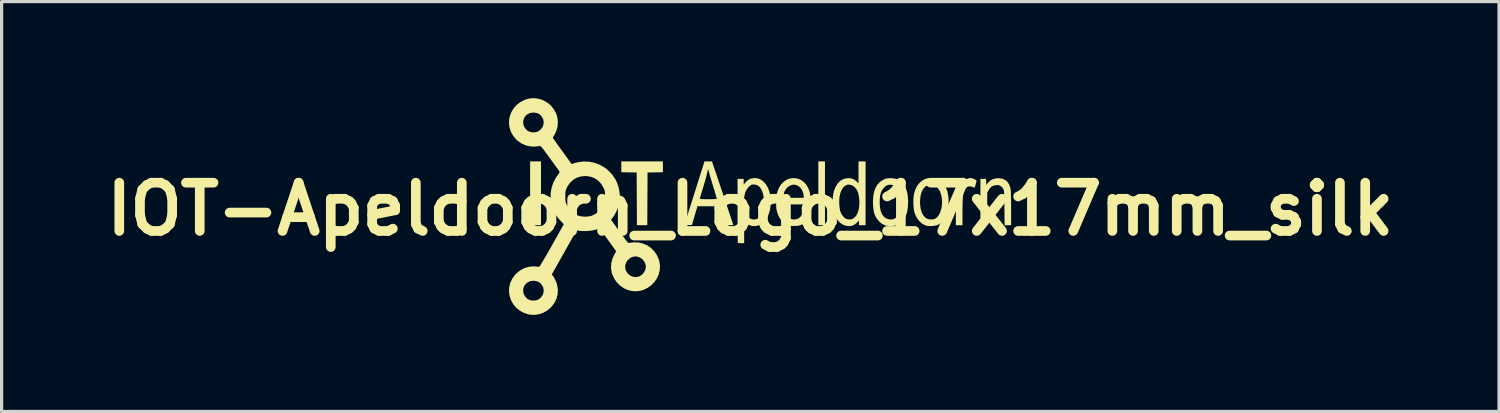
<source format=kicad_pcb>
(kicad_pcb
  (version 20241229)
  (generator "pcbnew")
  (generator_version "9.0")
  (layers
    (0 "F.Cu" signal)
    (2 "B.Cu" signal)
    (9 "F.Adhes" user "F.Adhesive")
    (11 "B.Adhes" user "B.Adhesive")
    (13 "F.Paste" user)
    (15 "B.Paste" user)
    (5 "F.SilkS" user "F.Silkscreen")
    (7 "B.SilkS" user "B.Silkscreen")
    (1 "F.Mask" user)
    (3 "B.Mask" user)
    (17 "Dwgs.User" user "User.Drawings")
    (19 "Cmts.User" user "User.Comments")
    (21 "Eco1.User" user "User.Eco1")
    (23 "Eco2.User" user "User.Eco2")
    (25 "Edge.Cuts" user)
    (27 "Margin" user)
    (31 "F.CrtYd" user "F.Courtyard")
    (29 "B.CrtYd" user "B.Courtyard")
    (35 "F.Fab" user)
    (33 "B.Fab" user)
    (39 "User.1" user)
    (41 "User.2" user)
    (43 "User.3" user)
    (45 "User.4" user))
  (footprint "IOT-Apeldoorn_Logo_17x17mm_silk"
    (layer "F.Cu")
    (at 20.264 3.448)
    (property "Reference" "IOT-Apeldoorn_Logo_17x17mm_silk" (at 0 0 0) (layer "F.SilkS") (effects (font (size 1.5 1.5) (thickness 0.3))))
    (attr board_only exclude_from_pos_files exclude_from_bom)
    (fp_poly (pts (xy -6.504 -0.492) (xy -6.504 0.499) (xy -6.673 0.499) (xy -6.842 0.499) (xy -6.842 -0.492) (xy -6.842 -1.483) (xy -6.673 -1.483) (xy -6.504 -1.483)) (stroke (width 0) (type solid)) (fill yes) (layer "F.SilkS"))
    (fp_poly (pts (xy 2.32 -0.492) (xy 2.32 0.499) (xy 2.217 0.499) (xy 2.114 0.499) (xy 2.114 -0.492) (xy 2.114 -1.483) (xy 2.217 -1.483) (xy 2.32 -1.483)) (stroke (width 0) (type solid)) (fill yes) (layer "F.SilkS"))
    (fp_poly (pts (xy -2.716 -1.314) (xy -2.716 -1.146) (xy -2.955 -1.142) (xy -3.193 -1.138) (xy -3.197 -0.319) (xy -3.201 0.499) (xy -3.362 0.499) (xy -3.523 0.499) (xy -3.527 -0.319) (xy -3.531 -1.138) (xy -3.77 -1.142) (xy -4.008 -1.146) (xy -4.008 -1.314) (xy -4.008 -1.483) (xy -3.362 -1.483) (xy -2.716 -1.483)) (stroke (width 0) (type solid)) (fill yes) (layer "F.SilkS"))
    (fp_poly (pts (xy 6.926 -0.946) (xy 6.957 -0.932) (xy 6.993 -0.916) (xy 7.015 -0.902) (xy 7.026 -0.885) (xy 7.026 -0.858) (xy 7.016 -0.816) (xy 6.998 -0.753) (xy 6.994 -0.738) (xy 6.979 -0.69) (xy 6.966 -0.668) (xy 6.951 -0.666) (xy 6.927 -0.68) (xy 6.923 -0.683) (xy 6.891 -0.697) (xy 6.843 -0.704) (xy 6.823 -0.705) (xy 6.774 -0.702) (xy 6.739 -0.688) (xy 6.704 -0.658) (xy 6.702 -0.656) (xy 6.675 -0.623) (xy 6.652 -0.582) (xy 6.633 -0.53) (xy 6.619 -0.465) (xy 6.608 -0.384) (xy 6.6 -0.283) (xy 6.596 -0.161) (xy 6.593 -0.014) (xy 6.593 0.106) (xy 6.592 0.499) (xy 6.489 0.499) (xy 6.386 0.499) (xy 6.39 -0.217) (xy 6.394 -0.932) (xy 6.486 -0.937) (xy 6.578 -0.941) (xy 6.578 -0.834) (xy 6.578 -0.727) (xy 6.609 -0.786) (xy 6.648 -0.854) (xy 6.683 -0.9) (xy 6.719 -0.931) (xy 6.745 -0.945) (xy 6.803 -0.965) (xy 6.86 -0.965)) (stroke (width 0) (type solid)) (fill yes) (layer "F.SilkS"))
    (fp_poly (pts (xy 7.818 -0.948) (xy 7.911 -0.912) (xy 7.985 -0.853) (xy 8.041 -0.771) (xy 8.079 -0.666) (xy 8.089 -0.615) (xy 8.093 -0.578) (xy 8.096 -0.516) (xy 8.099 -0.432) (xy 8.101 -0.333) (xy 8.103 -0.22) (xy 8.104 -0.099) (xy 8.104 -0.011) (xy 8.105 0.499) (xy 8.003 0.499) (xy 7.901 0.499) (xy 7.896 -0.033) (xy 7.895 -0.173) (xy 7.894 -0.286) (xy 7.892 -0.376) (xy 7.89 -0.447) (xy 7.888 -0.5) (xy 7.884 -0.54) (xy 7.88 -0.57) (xy 7.875 -0.592) (xy 7.868 -0.609) (xy 7.861 -0.624) (xy 7.829 -0.67) (xy 7.789 -0.71) (xy 7.78 -0.717) (xy 7.746 -0.737) (xy 7.711 -0.746) (xy 7.663 -0.747) (xy 7.639 -0.746) (xy 7.553 -0.729) (xy 7.484 -0.69) (xy 7.427 -0.626) (xy 7.4 -0.579) (xy 7.363 -0.507) (xy 7.359 -0.004) (xy 7.354 0.499) (xy 7.252 0.499) (xy 7.15 0.499) (xy 7.15 -0.22) (xy 7.15 -0.94) (xy 7.238 -0.94) (xy 7.325 -0.94) (xy 7.329 -0.843) (xy 7.334 -0.746) (xy 7.38 -0.812) (xy 7.447 -0.882) (xy 7.532 -0.93) (xy 7.634 -0.956) (xy 7.708 -0.961)) (stroke (width 0) (type solid)) (fill yes) (layer "F.SilkS"))
    (fp_poly (pts (xy 3.582 -0.492) (xy 3.582 0.499) (xy 3.48 0.499) (xy 3.377 0.499) (xy 3.377 0.426) (xy 3.377 0.352) (xy 3.322 0.413) (xy 3.245 0.479) (xy 3.157 0.518) (xy 3.061 0.53) (xy 2.961 0.515) (xy 2.88 0.484) (xy 2.783 0.419) (xy 2.701 0.329) (xy 2.636 0.217) (xy 2.588 0.083) (xy 2.575 0.028) (xy 2.562 -0.064) (xy 2.557 -0.173) (xy 2.557 -0.209) (xy 2.763 -0.209) (xy 2.768 -0.107) (xy 2.779 -0.013) (xy 2.794 0.063) (xy 2.796 0.068) (xy 2.826 0.139) (xy 2.87 0.208) (xy 2.921 0.264) (xy 2.968 0.298) (xy 3.03 0.317) (xy 3.099 0.322) (xy 3.162 0.311) (xy 3.183 0.302) (xy 3.252 0.25) (xy 3.308 0.175) (xy 3.35 0.078) (xy 3.377 -0.037) (xy 3.389 -0.166) (xy 3.386 -0.279) (xy 3.372 -0.402) (xy 3.351 -0.501) (xy 3.32 -0.581) (xy 3.277 -0.646) (xy 3.233 -0.693) (xy 3.163 -0.739) (xy 3.085 -0.761) (xy 3.013 -0.757) (xy 2.947 -0.728) (xy 2.888 -0.674) (xy 2.838 -0.598) (xy 2.799 -0.504) (xy 2.774 -0.396) (xy 2.765 -0.309) (xy 2.763 -0.209) (xy 2.557 -0.209) (xy 2.559 -0.289) (xy 2.568 -0.403) (xy 2.584 -0.505) (xy 2.599 -0.565) (xy 2.651 -0.695) (xy 2.716 -0.8) (xy 2.795 -0.879) (xy 2.886 -0.932) (xy 2.989 -0.958) (xy 3.047 -0.961) (xy 3.13 -0.955) (xy 3.198 -0.934) (xy 3.261 -0.895) (xy 3.307 -0.854) (xy 3.362 -0.802) (xy 3.362 -1.142) (xy 3.362 -1.483) (xy 3.472 -1.483) (xy 3.582 -1.483)) (stroke (width 0) (type solid)) (fill yes) (layer "F.SilkS"))
    (fp_poly (pts (xy 5.679 -0.959) (xy 5.731 -0.953) (xy 5.777 -0.939) (xy 5.815 -0.923) (xy 5.922 -0.859) (xy 6.009 -0.777) (xy 6.076 -0.674) (xy 6.124 -0.551) (xy 6.153 -0.406) (xy 6.162 -0.294) (xy 6.161 -0.117) (xy 6.14 0.041) (xy 6.1 0.179) (xy 6.041 0.297) (xy 5.964 0.393) (xy 5.87 0.467) (xy 5.832 0.487) (xy 5.77 0.508) (xy 5.69 0.521) (xy 5.603 0.527) (xy 5.52 0.523) (xy 5.452 0.51) (xy 5.442 0.507) (xy 5.341 0.453) (xy 5.252 0.375) (xy 5.177 0.276) (xy 5.119 0.159) (xy 5.109 0.131) (xy 5.09 0.055) (xy 5.076 -0.041) (xy 5.068 -0.148) (xy 5.068 -0.18) (xy 5.274 -0.18) (xy 5.275 -0.162) (xy 5.291 -0.021) (xy 5.323 0.096) (xy 5.373 0.191) (xy 5.438 0.263) (xy 5.495 0.299) (xy 5.556 0.317) (xy 5.629 0.322) (xy 5.699 0.313) (xy 5.731 0.303) (xy 5.797 0.26) (xy 5.852 0.194) (xy 5.897 0.11) (xy 5.93 0.01) (xy 5.951 -0.099) (xy 5.958 -0.214) (xy 5.952 -0.33) (xy 5.932 -0.443) (xy 5.895 -0.548) (xy 5.884 -0.572) (xy 5.829 -0.657) (xy 5.763 -0.715) (xy 5.684 -0.748) (xy 5.607 -0.756) (xy 5.52 -0.743) (xy 5.445 -0.704) (xy 5.382 -0.641) (xy 5.332 -0.555) (xy 5.297 -0.449) (xy 5.278 -0.323) (xy 5.274 -0.18) (xy 5.068 -0.18) (xy 5.067 -0.259) (xy 5.071 -0.363) (xy 5.083 -0.453) (xy 5.085 -0.467) (xy 5.127 -0.607) (xy 5.187 -0.726) (xy 5.265 -0.823) (xy 5.359 -0.898) (xy 5.401 -0.921) (xy 5.45 -0.942) (xy 5.494 -0.954) (xy 5.547 -0.959) (xy 5.609 -0.961)) (stroke (width 0) (type solid)) (fill yes) (layer "F.SilkS"))
    (fp_poly (pts (xy 4.46 -0.955) (xy 4.542 -0.934) (xy 4.616 -0.895) (xy 4.692 -0.834) (xy 4.703 -0.823) (xy 4.776 -0.742) (xy 4.831 -0.648) (xy 4.869 -0.54) (xy 4.893 -0.414) (xy 4.903 -0.265) (xy 4.904 -0.223) (xy 4.896 -0.053) (xy 4.871 0.095) (xy 4.829 0.22) (xy 4.769 0.325) (xy 4.691 0.41) (xy 4.593 0.477) (xy 4.592 0.478) (xy 4.549 0.499) (xy 4.507 0.513) (xy 4.458 0.52) (xy 4.391 0.524) (xy 4.383 0.524) (xy 4.292 0.524) (xy 4.224 0.516) (xy 4.197 0.509) (xy 4.09 0.455) (xy 3.997 0.377) (xy 3.98 0.357) (xy 3.918 0.275) (xy 3.871 0.185) (xy 3.839 0.082) (xy 3.82 -0.038) (xy 3.812 -0.18) (xy 3.812 -0.192) (xy 4.019 -0.192) (xy 4.019 -0.191) (xy 4.029 -0.05) (xy 4.056 0.07) (xy 4.098 0.168) (xy 4.156 0.242) (xy 4.229 0.293) (xy 4.316 0.319) (xy 4.362 0.322) (xy 4.42 0.319) (xy 4.465 0.305) (xy 4.506 0.281) (xy 4.58 0.216) (xy 4.635 0.131) (xy 4.672 0.025) (xy 4.692 -0.102) (xy 4.695 -0.253) (xy 4.695 -0.269) (xy 4.68 -0.412) (xy 4.649 -0.53) (xy 4.603 -0.624) (xy 4.54 -0.693) (xy 4.461 -0.737) (xy 4.453 -0.74) (xy 4.363 -0.76) (xy 4.283 -0.753) (xy 4.211 -0.719) (xy 4.163 -0.679) (xy 4.107 -0.611) (xy 4.066 -0.533) (xy 4.038 -0.44) (xy 4.023 -0.327) (xy 4.019 -0.192) (xy 3.812 -0.192) (xy 3.811 -0.22) (xy 3.82 -0.389) (xy 3.845 -0.534) (xy 3.888 -0.658) (xy 3.948 -0.761) (xy 4.028 -0.844) (xy 4.127 -0.91) (xy 4.153 -0.923) (xy 4.203 -0.943) (xy 4.249 -0.955) (xy 4.304 -0.96) (xy 4.361 -0.961)) (stroke (width 0) (type solid)) (fill yes) (layer "F.SilkS"))
    (fp_poly (pts (xy 0.23 -0.956) (xy 0.324 -0.919) (xy 0.41 -0.857) (xy 0.485 -0.772) (xy 0.548 -0.663) (xy 0.594 -0.543) (xy 0.611 -0.469) (xy 0.622 -0.374) (xy 0.628 -0.268) (xy 0.628 -0.161) (xy 0.623 -0.061) (xy 0.611 0.022) (xy 0.573 0.155) (xy 0.519 0.271) (xy 0.45 0.368) (xy 0.369 0.445) (xy 0.277 0.498) (xy 0.178 0.525) (xy 0.128 0.528) (xy 0.036 0.519) (xy -0.042 0.489) (xy -0.116 0.434) (xy -0.128 0.422) (xy -0.191 0.361) (xy -0.191 0.709) (xy -0.191 1.057) (xy -0.284 1.057) (xy -0.334 1.056) (xy -0.371 1.052) (xy -0.387 1.047) (xy -0.388 1.031) (xy -0.39 0.988) (xy -0.391 0.921) (xy -0.393 0.832) (xy -0.394 0.722) (xy -0.395 0.596) (xy -0.396 0.455) (xy -0.396 0.301) (xy -0.396 0.138) (xy -0.396 0.049) (xy -0.396 -0.267) (xy -0.201 -0.267) (xy -0.201 -0.145) (xy -0.189 -0.028) (xy -0.164 0.078) (xy -0.128 0.168) (xy -0.084 0.233) (xy -0.017 0.287) (xy 0.057 0.318) (xy 0.135 0.324) (xy 0.208 0.304) (xy 0.23 0.292) (xy 0.296 0.235) (xy 0.351 0.152) (xy 0.391 0.048) (xy 0.41 -0.036) (xy 0.425 -0.16) (xy 0.424 -0.285) (xy 0.411 -0.404) (xy 0.385 -0.513) (xy 0.348 -0.606) (xy 0.3 -0.676) (xy 0.297 -0.68) (xy 0.243 -0.727) (xy 0.187 -0.754) (xy 0.119 -0.765) (xy 0.067 -0.765) (xy 0.022 -0.751) (xy -0.027 -0.714) (xy -0.076 -0.661) (xy -0.12 -0.597) (xy -0.153 -0.527) (xy -0.161 -0.504) (xy -0.188 -0.389) (xy -0.201 -0.267) (xy -0.396 -0.267) (xy -0.396 -0.94) (xy -0.301 -0.94) (xy -0.206 -0.94) (xy -0.206 -0.85) (xy -0.206 -0.759) (xy -0.162 -0.814) (xy -0.103 -0.878) (xy -0.043 -0.921) (xy 0.025 -0.949) (xy 0.13 -0.966)) (stroke (width 0) (type solid)) (fill yes) (layer "F.SilkS"))
    (fp_poly (pts (xy 1.454 -0.953) (xy 1.542 -0.924) (xy 1.644 -0.86) (xy 1.729 -0.773) (xy 1.796 -0.666) (xy 1.844 -0.54) (xy 1.872 -0.396) (xy 1.879 -0.268) (xy 1.879 -0.147) (xy 1.446 -0.147) (xy 1.013 -0.147) (xy 1.013 -0.097) (xy 1.02 -0.036) (xy 1.04 0.038) (xy 1.068 0.114) (xy 1.1 0.179) (xy 1.114 0.201) (xy 1.176 0.262) (xy 1.254 0.304) (xy 1.34 0.323) (xy 1.356 0.323) (xy 1.442 0.312) (xy 1.514 0.279) (xy 1.574 0.221) (xy 1.626 0.137) (xy 1.636 0.117) (xy 1.673 0.035) (xy 1.773 0.049) (xy 1.823 0.057) (xy 1.86 0.063) (xy 1.876 0.067) (xy 1.876 0.067) (xy 1.875 0.082) (xy 1.865 0.116) (xy 1.85 0.162) (xy 1.831 0.211) (xy 1.813 0.255) (xy 1.798 0.287) (xy 1.795 0.292) (xy 1.737 0.367) (xy 1.664 0.435) (xy 1.593 0.481) (xy 1.551 0.5) (xy 1.509 0.513) (xy 1.458 0.52) (xy 1.388 0.523) (xy 1.38 0.524) (xy 1.315 0.524) (xy 1.257 0.522) (xy 1.215 0.518) (xy 1.204 0.516) (xy 1.092 0.464) (xy 0.997 0.389) (xy 0.919 0.29) (xy 0.858 0.168) (xy 0.818 0.038) (xy 0.808 -0.028) (xy 0.803 -0.114) (xy 0.802 -0.212) (xy 0.805 -0.31) (xy 0.808 -0.352) (xy 1.024 -0.352) (xy 1.341 -0.352) (xy 1.659 -0.352) (xy 1.659 -0.401) (xy 1.647 -0.494) (xy 1.615 -0.579) (xy 1.566 -0.652) (xy 1.503 -0.71) (xy 1.431 -0.748) (xy 1.353 -0.761) (xy 1.322 -0.759) (xy 1.237 -0.734) (xy 1.162 -0.684) (xy 1.1 -0.615) (xy 1.055 -0.531) (xy 1.032 -0.437) (xy 1.032 -0.435) (xy 1.024 -0.352) (xy 0.808 -0.352) (xy 0.812 -0.402) (xy 0.824 -0.477) (xy 0.829 -0.499) (xy 0.877 -0.637) (xy 0.944 -0.753) (xy 1.027 -0.845) (xy 1.126 -0.913) (xy 1.145 -0.923) (xy 1.242 -0.954) (xy 1.348 -0.964)) (stroke (width 0) (type solid)) (fill yes) (layer "F.SilkS"))
    (fp_poly (pts (xy -1.16 -1.391) (xy -1.148 -1.354) (xy -1.128 -1.295) (xy -1.101 -1.216) (xy -1.068 -1.12) (xy -1.031 -1.009) (xy -0.99 -0.887) (xy -0.946 -0.756) (xy -0.9 -0.619) (xy -0.853 -0.479) (xy -0.806 -0.338) (xy -0.76 -0.2) (xy -0.715 -0.067) (xy -0.673 0.059) (xy -0.635 0.174) (xy -0.601 0.276) (xy -0.573 0.361) (xy -0.55 0.428) (xy -0.536 0.473) (xy -0.529 0.493) (xy -0.529 0.494) (xy -0.542 0.497) (xy -0.578 0.498) (xy -0.63 0.499) (xy -0.653 0.499) (xy -0.777 0.499) (xy -0.866 0.222) (xy -0.893 0.136) (xy -0.917 0.06) (xy -0.936 -0.003) (xy -0.949 -0.048) (xy -0.954 -0.07) (xy -0.954 -0.071) (xy -0.964 -0.077) (xy -0.995 -0.082) (xy -1.049 -0.085) (xy -1.127 -0.087) (xy -1.232 -0.088) (xy -1.299 -0.088) (xy -1.643 -0.088) (xy -1.672 0.011) (xy -1.688 0.064) (xy -1.709 0.136) (xy -1.733 0.218) (xy -1.757 0.299) (xy -1.758 0.301) (xy -1.814 0.492) (xy -1.933 0.496) (xy -2.051 0.5) (xy -1.803 -0.282) (xy -1.792 -0.319) (xy -1.571 -0.319) (xy -1.557 -0.316) (xy -1.518 -0.313) (xy -1.46 -0.31) (xy -1.385 -0.309) (xy -1.307 -0.308) (xy -1.202 -0.309) (xy -1.126 -0.311) (xy -1.075 -0.315) (xy -1.048 -0.32) (xy -1.042 -0.325) (xy -1.047 -0.343) (xy -1.058 -0.385) (xy -1.076 -0.448) (xy -1.1 -0.527) (xy -1.127 -0.619) (xy -1.158 -0.72) (xy -1.159 -0.725) (xy -1.191 -0.83) (xy -1.221 -0.93) (xy -1.248 -1.019) (xy -1.269 -1.094) (xy -1.285 -1.15) (xy -1.294 -1.181) (xy -1.311 -1.253) (xy -1.344 -1.107) (xy -1.359 -1.049) (xy -1.38 -0.968) (xy -1.406 -0.874) (xy -1.436 -0.772) (xy -1.467 -0.669) (xy -1.474 -0.646) (xy -1.502 -0.554) (xy -1.527 -0.472) (xy -1.547 -0.404) (xy -1.562 -0.353) (xy -1.57 -0.324) (xy -1.571 -0.319) (xy -1.792 -0.319) (xy -1.755 -0.435) (xy -1.707 -0.587) (xy -1.661 -0.732) (xy -1.618 -0.869) (xy -1.578 -0.992) (xy -1.544 -1.1) (xy -1.516 -1.189) (xy -1.496 -1.254) (xy -1.489 -1.274) (xy -1.423 -1.483) (xy -1.308 -1.483) (xy -1.192 -1.483)) (stroke (width 0) (type solid)) (fill yes) (layer "F.SilkS"))
    (fp_poly (pts (xy -6.634 -3.441) (xy -6.498 -3.407) (xy -6.369 -3.349) (xy -6.251 -3.267) (xy -6.202 -3.222) (xy -6.107 -3.108) (xy -6.038 -2.982) (xy -5.995 -2.848) (xy -5.979 -2.709) (xy -5.99 -2.568) (xy -6 -2.526) (xy -6.022 -2.451) (xy -6.052 -2.375) (xy -6.085 -2.309) (xy -6.116 -2.261) (xy -6.119 -2.258) (xy -6.133 -2.23) (xy -6.133 -2.213) (xy -6.123 -2.197) (xy -6.098 -2.16) (xy -6.059 -2.105) (xy -6.01 -2.035) (xy -5.951 -1.953) (xy -5.886 -1.862) (xy -5.837 -1.795) (xy -5.549 -1.397) (xy -5.502 -1.416) (xy -5.464 -1.429) (xy -5.409 -1.444) (xy -5.347 -1.458) (xy -5.341 -1.46) (xy -5.172 -1.48) (xy -5.004 -1.473) (xy -4.841 -1.44) (xy -4.685 -1.382) (xy -4.539 -1.301) (xy -4.408 -1.198) (xy -4.293 -1.076) (xy -4.197 -0.936) (xy -4.141 -0.822) (xy -4.086 -0.655) (xy -4.058 -0.484) (xy -4.058 -0.311) (xy -4.085 -0.142) (xy -4.137 0.022) (xy -4.216 0.176) (xy -4.272 0.258) (xy -4.328 0.332) (xy -4.063 0.696) (xy -3.989 0.798) (xy -3.929 0.88) (xy -3.883 0.942) (xy -3.847 0.988) (xy -3.82 1.019) (xy -3.8 1.039) (xy -3.785 1.049) (xy -3.773 1.052) (xy -3.761 1.051) (xy -3.761 1.051) (xy -3.612 1.031) (xy -3.467 1.038) (xy -3.329 1.072) (xy -3.201 1.129) (xy -3.086 1.208) (xy -2.986 1.308) (xy -2.904 1.427) (xy -2.844 1.562) (xy -2.827 1.622) (xy -2.806 1.759) (xy -2.813 1.895) (xy -2.845 2.026) (xy -2.901 2.15) (xy -2.977 2.263) (xy -3.074 2.363) (xy -3.187 2.445) (xy -3.316 2.507) (xy -3.398 2.532) (xy -3.536 2.553) (xy -3.671 2.546) (xy -3.803 2.514) (xy -3.927 2.458) (xy -4.04 2.382) (xy -4.139 2.285) (xy -4.221 2.172) (xy -4.283 2.042) (xy -4.309 1.961) (xy -4.329 1.822) (xy -4.327 1.788) (xy -3.89 1.788) (xy -3.878 1.876) (xy -3.842 1.955) (xy -3.786 2.022) (xy -3.717 2.072) (xy -3.638 2.104) (xy -3.554 2.113) (xy -3.468 2.097) (xy -3.453 2.091) (xy -3.375 2.045) (xy -3.312 1.978) (xy -3.267 1.899) (xy -3.246 1.814) (xy -3.245 1.791) (xy -3.259 1.704) (xy -3.297 1.624) (xy -3.355 1.555) (xy -3.428 1.504) (xy -3.512 1.474) (xy -3.568 1.468) (xy -3.654 1.482) (xy -3.734 1.52) (xy -3.802 1.578) (xy -3.854 1.65) (xy -3.884 1.733) (xy -3.89 1.788) (xy -4.327 1.788) (xy -4.321 1.681) (xy -4.283 1.538) (xy -4.216 1.394) (xy -4.198 1.364) (xy -4.167 1.311) (xy -4.421 0.957) (xy -4.497 0.852) (xy -4.557 0.77) (xy -4.604 0.707) (xy -4.64 0.662) (xy -4.667 0.632) (xy -4.687 0.615) (xy -4.7 0.608) (xy -4.706 0.608) (xy -4.734 0.616) (xy -4.78 0.629) (xy -4.835 0.646) (xy -4.838 0.647) (xy -4.912 0.663) (xy -5.006 0.675) (xy -5.108 0.681) (xy -5.209 0.682) (xy -5.3 0.676) (xy -5.331 0.671) (xy -5.398 0.66) (xy -5.783 1.345) (xy -6.169 2.031) (xy -6.138 2.069) (xy -6.093 2.136) (xy -6.051 2.221) (xy -6.015 2.311) (xy -6 2.365) (xy -5.979 2.506) (xy -5.987 2.646) (xy -6.022 2.782) (xy -6.085 2.911) (xy -6.173 3.03) (xy -6.205 3.063) (xy -6.315 3.154) (xy -6.438 3.222) (xy -6.571 3.267) (xy -6.708 3.287) (xy -6.845 3.28) (xy -6.915 3.265) (xy -7.05 3.218) (xy -7.166 3.153) (xy -7.27 3.066) (xy -7.273 3.063) (xy -7.366 2.955) (xy -7.433 2.836) (xy -7.478 2.701) (xy -7.479 2.701) (xy -7.499 2.559) (xy -7.498 2.544) (xy -7.059 2.544) (xy -7.044 2.626) (xy -7.005 2.704) (xy -6.942 2.775) (xy -6.926 2.788) (xy -6.862 2.822) (xy -6.782 2.84) (xy -6.698 2.841) (xy -6.621 2.824) (xy -6.595 2.813) (xy -6.519 2.759) (xy -6.463 2.689) (xy -6.429 2.609) (xy -6.419 2.523) (xy -6.434 2.438) (xy -6.444 2.414) (xy -6.495 2.33) (xy -6.563 2.271) (xy -6.646 2.236) (xy -6.739 2.225) (xy -6.834 2.238) (xy -6.915 2.272) (xy -6.979 2.324) (xy -7.025 2.389) (xy -7.052 2.464) (xy -7.059 2.544) (xy -7.498 2.544) (xy -7.491 2.419) (xy -7.456 2.283) (xy -7.393 2.154) (xy -7.305 2.036) (xy -7.273 2.002) (xy -7.161 1.909) (xy -7.035 1.84) (xy -6.899 1.796) (xy -6.759 1.779) (xy -6.695 1.781) (xy -6.639 1.785) (xy -6.593 1.789) (xy -6.566 1.793) (xy -6.564 1.793) (xy -6.552 1.783) (xy -6.528 1.75) (xy -6.492 1.693) (xy -6.443 1.612) (xy -6.381 1.506) (xy -6.306 1.377) (xy -6.217 1.222) (xy -6.116 1.042) (xy -6.001 0.837) (xy -5.9 0.656) (xy -5.796 0.469) (xy -5.891 0.37) (xy -6.008 0.232) (xy -6.097 0.086) (xy -6.159 -0.07) (xy -6.196 -0.238) (xy -6.205 -0.323) (xy -6.204 -0.396) (xy -5.748 -0.396) (xy -5.748 -0.322) (xy -5.745 -0.268) (xy -5.739 -0.227) (xy -5.728 -0.19) (xy -5.711 -0.15) (xy -5.702 -0.13) (xy -5.63 -0.01) (xy -5.54 0.087) (xy -5.43 0.163) (xy -5.344 0.203) (xy -5.253 0.226) (xy -5.148 0.235) (xy -5.041 0.23) (xy -4.944 0.211) (xy -4.923 0.203) (xy -4.799 0.143) (xy -4.695 0.062) (xy -4.611 -0.041) (xy -4.561 -0.13) (xy -4.541 -0.175) (xy -4.527 -0.212) (xy -4.52 -0.25) (xy -4.516 -0.298) (xy -4.515 -0.363) (xy -4.515 -0.396) (xy -4.515 -0.471) (xy -4.518 -0.525) (xy -4.524 -0.566) (xy -4.535 -0.603) (xy -4.552 -0.643) (xy -4.561 -0.663) (xy -4.633 -0.783) (xy -4.722 -0.881) (xy -4.827 -0.954) (xy -4.948 -1.003) (xy -5.081 -1.026) (xy -5.131 -1.028) (xy -5.269 -1.014) (xy -5.394 -0.975) (xy -5.505 -0.91) (xy -5.6 -0.821) (xy -5.679 -0.708) (xy -5.702 -0.663) (xy -5.722 -0.618) (xy -5.735 -0.581) (xy -5.743 -0.543) (xy -5.747 -0.495) (xy -5.748 -0.43) (xy -5.748 -0.396) (xy -6.204 -0.396) (xy -6.203 -0.498) (xy -6.173 -0.67) (xy -6.116 -0.835) (xy -6.033 -0.989) (xy -5.982 -1.061) (xy -5.948 -1.109) (xy -5.929 -1.145) (xy -5.927 -1.164) (xy -5.938 -1.18) (xy -5.964 -1.217) (xy -6.003 -1.271) (xy -6.053 -1.341) (xy -6.112 -1.422) (xy -6.177 -1.513) (xy -6.223 -1.576) (xy -6.301 -1.683) (xy -6.364 -1.769) (xy -6.413 -1.836) (xy -6.452 -1.886) (xy -6.481 -1.921) (xy -6.502 -1.944) (xy -6.519 -1.957) (xy -6.531 -1.962) (xy -6.543 -1.962) (xy -6.547 -1.961) (xy -6.696 -1.941) (xy -6.843 -1.949) (xy -6.984 -1.984) (xy -7.117 -2.044) (xy -7.237 -2.13) (xy -7.277 -2.167) (xy -7.371 -2.28) (xy -7.44 -2.406) (xy -7.483 -2.54) (xy -7.5 -2.679) (xy -7.499 -2.682) (xy -7.059 -2.682) (xy -7.044 -2.601) (xy -7.005 -2.523) (xy -6.942 -2.452) (xy -6.926 -2.439) (xy -6.862 -2.405) (xy -6.782 -2.387) (xy -6.698 -2.386) (xy -6.621 -2.403) (xy -6.595 -2.414) (xy -6.519 -2.468) (xy -6.463 -2.537) (xy -6.429 -2.618) (xy -6.419 -2.704) (xy -6.434 -2.789) (xy -6.444 -2.813) (xy -6.495 -2.897) (xy -6.563 -2.956) (xy -6.646 -2.991) (xy -6.739 -3.001) (xy -6.834 -2.989) (xy -6.915 -2.955) (xy -6.979 -2.903) (xy -7.025 -2.838) (xy -7.052 -2.763) (xy -7.059 -2.682) (xy -7.499 -2.682) (xy -7.488 -2.82) (xy -7.479 -2.862) (xy -7.429 -3.004) (xy -7.355 -3.131) (xy -7.26 -3.239) (xy -7.144 -3.328) (xy -7.01 -3.395) (xy -6.909 -3.428) (xy -6.772 -3.448)) (stroke (width 0) (type solid)) (fill yes) (layer "F.SilkS")))
  (gr_rect
    (start -3 -3)
    (end 43.529 9.735)
    (stroke (width 0.1) (type default))
    (fill no)
    (layer "Edge.Cuts")))
</source>
